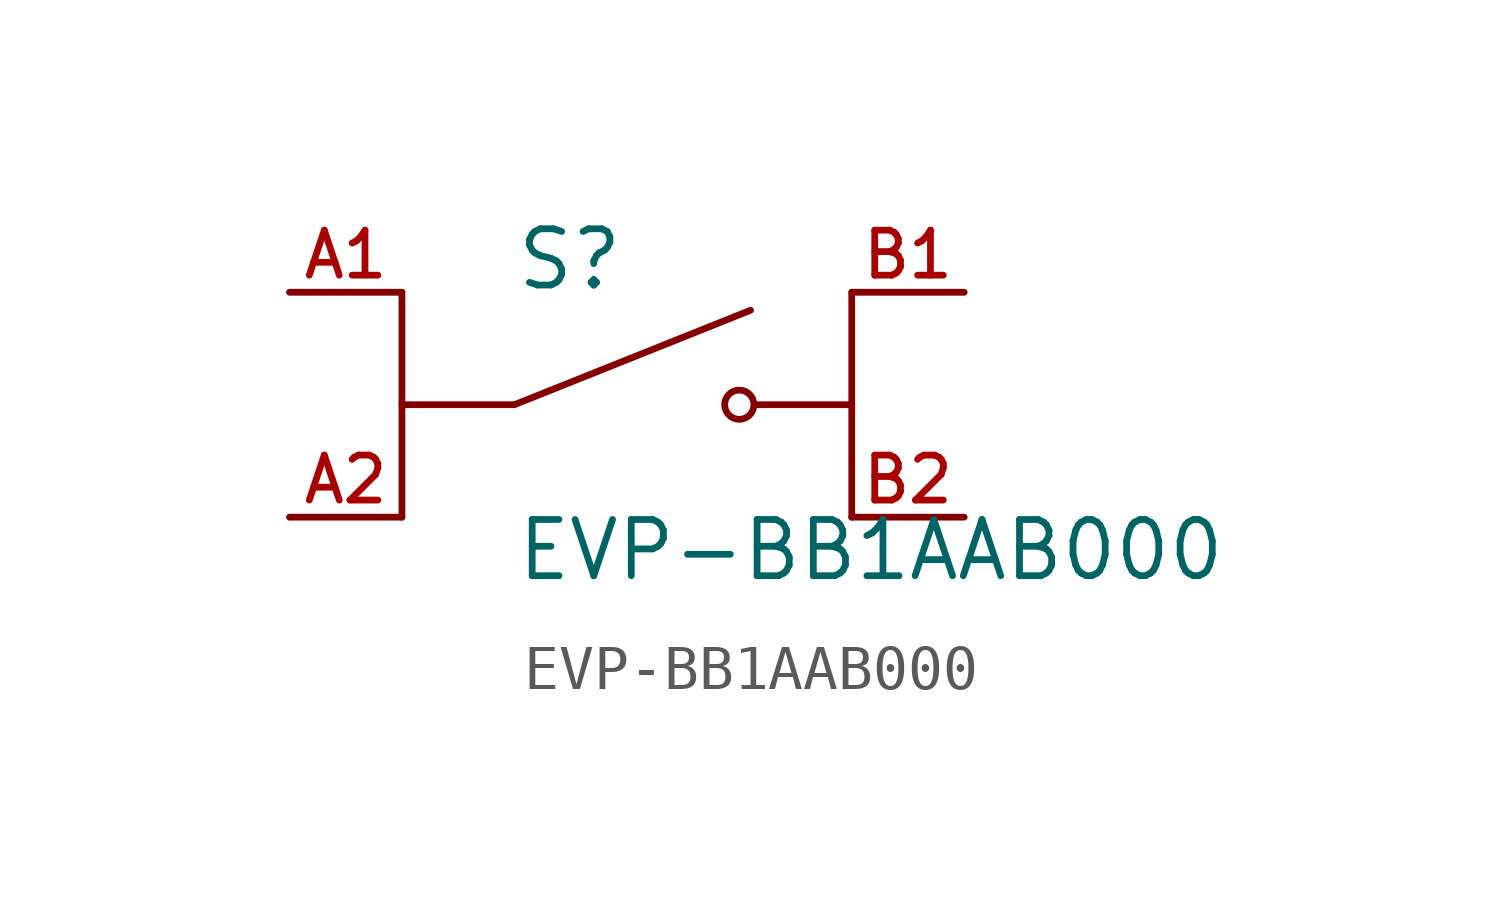
<source format=kicad_sym>
(kicad_symbol_lib
  (version 20211014)
  (generator kicad_symbol_editor)
  (symbol "EVP-BB1AAB000"
    (pin_names
      (offset 1.016))
    (property "Reference" "S"
      (at -2.54 2.54 0)
      (effects (font (size 1.27 1.27)) (justify bottom left)))
    (property "Value" "EVP-BB1AAB000"
      (at -2.54 -2.54 0)
      (effects (font (size 1.27 1.27)) (justify top left)))
    (symbol "EVP-BB1AAB000_0_0"
      (polyline (pts (xy -2.54 0.0) (xy 2.794 2.134)) (stroke (width 0.152)))
      (circle (center 2.54 0.0) (radius 0.33) (stroke (width 0.152)) (fill (type none)))
      (polyline (pts (xy 5.08 0.0) (xy 2.921 0.0)) (stroke (width 0.152)))
      (polyline (pts (xy -2.54 0.0) (xy -5.08 0.0)) (stroke (width 0.152)))
      (polyline (pts (xy -5.08 2.54) (xy -5.08 -2.54)) (stroke (width 0.152)))
      (polyline (pts (xy 5.08 2.54) (xy 5.08 -2.54)) (stroke (width 0.152)))
      (pin passive line (at -7.62 2.54 0) (length 2.54) (name "~" (effects (font (size 1.016 1.016)))) (number "A1" (effects (font (size 1.016 1.016)))))
      (pin passive line (at -7.62 -2.54 0) (length 2.54) (name "~" (effects (font (size 1.016 1.016)))) (number "A2" (effects (font (size 1.016 1.016)))))
      (pin passive line (at 7.62 2.54 180.0) (length 2.54) (name "~" (effects (font (size 1.016 1.016)))) (number "B1" (effects (font (size 1.016 1.016)))))
      (pin passive line (at 7.62 -2.54 180.0) (length 2.54) (name "~" (effects (font (size 1.016 1.016)))) (number "B2" (effects (font (size 1.016 1.016))))))))
</source>
